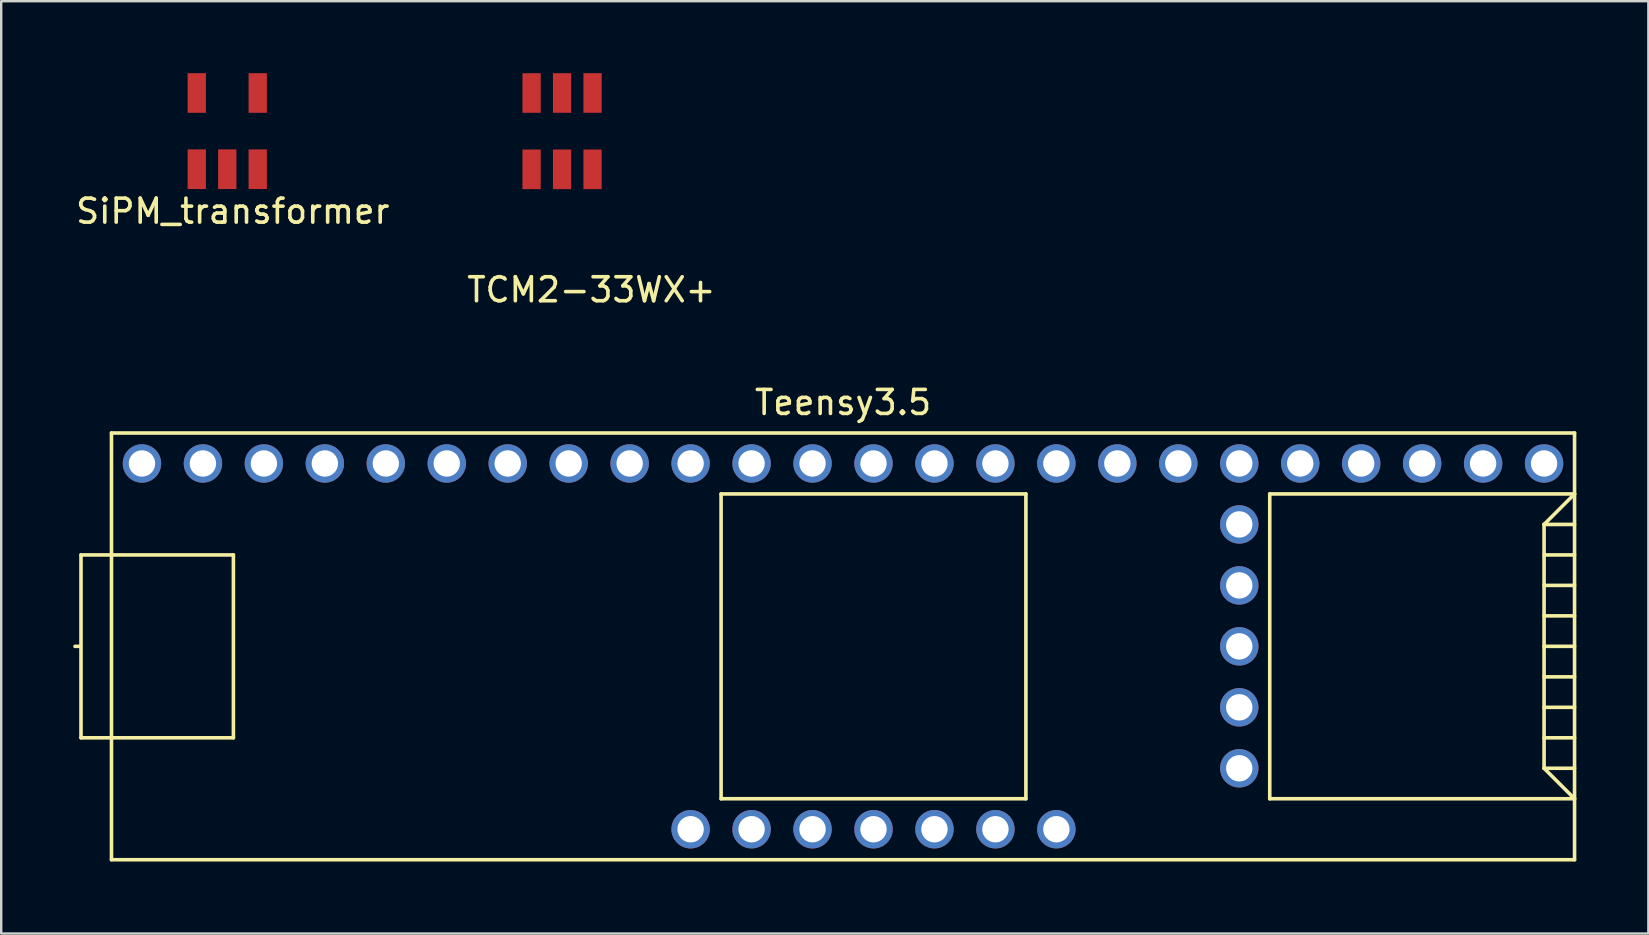
<source format=kicad_pcb>
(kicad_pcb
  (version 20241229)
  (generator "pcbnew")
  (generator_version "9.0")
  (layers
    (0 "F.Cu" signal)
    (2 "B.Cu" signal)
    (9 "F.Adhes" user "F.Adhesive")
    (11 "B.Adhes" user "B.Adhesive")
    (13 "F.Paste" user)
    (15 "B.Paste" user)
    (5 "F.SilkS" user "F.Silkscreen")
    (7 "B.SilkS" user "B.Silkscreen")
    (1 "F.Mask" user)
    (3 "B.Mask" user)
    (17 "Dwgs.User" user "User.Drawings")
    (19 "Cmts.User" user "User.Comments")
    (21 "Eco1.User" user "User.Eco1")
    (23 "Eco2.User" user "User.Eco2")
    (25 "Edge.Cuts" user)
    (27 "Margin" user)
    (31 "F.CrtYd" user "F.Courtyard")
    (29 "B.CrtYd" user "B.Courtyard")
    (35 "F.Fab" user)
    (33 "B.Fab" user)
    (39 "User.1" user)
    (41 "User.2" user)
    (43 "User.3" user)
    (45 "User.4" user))
  (footprint "TCM2-33WX+"
    (layer "F.Cu")
    (at 21.639 0.975)
    (property "Reference" "TCM2-33WX+" (at -0.05 8.05 0) (layer "F.SilkS") (effects (font (size 1 1) (thickness 0.15))))
    (attr through_hole)
    (pad "1" smd rect (at 0 -0.15) (size 0.76 1.65) (layers "F.Cu" "F.Mask" "F.Paste"))
    (pad "2" smd rect (at -1.27 -0.15) (size 0.76 1.65) (layers "F.Cu" "F.Mask" "F.Paste"))
    (pad "3" smd rect (at -2.54 -0.15) (size 0.76 1.65) (layers "F.Cu" "F.Mask" "F.Paste"))
    (pad "4" smd rect (at -2.54 3.03) (size 0.76 1.65) (layers "F.Cu" "F.Mask" "F.Paste"))
    (pad "5" smd rect (at -1.27 3.03) (size 0.76 1.65) (layers "F.Cu" "F.Mask" "F.Paste"))
    (pad "6" smd rect (at 0 3.03) (size 0.76 1.65) (layers "F.Cu" "F.Mask" "F.Paste")))
  (footprint "Teensy3.5"
    (layer "F.Cu")
    (at 32.075 23.881)
    (property "Reference" "Teensy3.5" (at 0 -10.16 0) (layer "F.SilkS") (effects (font (size 1 1) (thickness 0.15))))
    (attr through_hole)
    (fp_line (start -31.8 0) (end -32 0) (stroke (width 0.15) (type solid)) (layer "F.SilkS"))
    (fp_line (start -31.75 -3.81) (end -30.48 -3.81) (stroke (width 0.15) (type solid)) (layer "F.SilkS"))
    (fp_line (start -31.75 3.81) (end -31.75 -3.81) (stroke (width 0.15) (type solid)) (layer "F.SilkS"))
    (fp_line (start -30.48 3.81) (end -31.75 3.81) (stroke (width 0.15) (type solid)) (layer "F.SilkS"))
    (fp_line (start -30.48 8.89) (end -30.48 -8.89) (stroke (width 0.15) (type solid)) (layer "F.SilkS"))
    (fp_line (start -30.48 8.89) (end 30.48 8.89) (stroke (width 0.15) (type solid)) (layer "F.SilkS"))
    (fp_line (start -25.4 -3.81) (end -30.48 -3.81) (stroke (width 0.15) (type solid)) (layer "F.SilkS"))
    (fp_line (start -25.4 3.81) (end -30.48 3.81) (stroke (width 0.15) (type solid)) (layer "F.SilkS"))
    (fp_line (start -25.4 3.81) (end -25.4 -3.81) (stroke (width 0.15) (type solid)) (layer "F.SilkS"))
    (fp_line (start -5.08 -6.35) (end -5.08 6.35) (stroke (width 0.15) (type solid)) (layer "F.SilkS"))
    (fp_line (start -5.08 -6.35) (end 7.62 -6.35) (stroke (width 0.15) (type solid)) (layer "F.SilkS"))
    (fp_line (start -5.08 6.35) (end 7.62 6.35) (stroke (width 0.15) (type solid)) (layer "F.SilkS"))
    (fp_line (start 7.62 6.35) (end 7.62 -6.35) (stroke (width 0.15) (type solid)) (layer "F.SilkS"))
    (fp_line (start 17.78 -6.35) (end 17.78 6.35) (stroke (width 0.15) (type solid)) (layer "F.SilkS"))
    (fp_line (start 17.78 6.35) (end 30.48 6.35) (stroke (width 0.15) (type solid)) (layer "F.SilkS"))
    (fp_line (start 29.21 -5.08) (end 30.48 -6.35) (stroke (width 0.15) (type solid)) (layer "F.SilkS"))
    (fp_line (start 29.21 -5.08) (end 30.48 -5.08) (stroke (width 0.15) (type solid)) (layer "F.SilkS"))
    (fp_line (start 29.21 -3.81) (end 30.48 -3.81) (stroke (width 0.15) (type solid)) (layer "F.SilkS"))
    (fp_line (start 29.21 -2.54) (end 30.48 -2.54) (stroke (width 0.15) (type solid)) (layer "F.SilkS"))
    (fp_line (start 29.21 -1.27) (end 30.48 -1.27) (stroke (width 0.15) (type solid)) (layer "F.SilkS"))
    (fp_line (start 29.21 0) (end 30.48 0) (stroke (width 0.15) (type solid)) (layer "F.SilkS"))
    (fp_line (start 29.21 1.27) (end 30.48 1.27) (stroke (width 0.15) (type solid)) (layer "F.SilkS"))
    (fp_line (start 29.21 2.54) (end 30.48 2.54) (stroke (width 0.15) (type solid)) (layer "F.SilkS"))
    (fp_line (start 29.21 3.81) (end 30.48 3.81) (stroke (width 0.15) (type solid)) (layer "F.SilkS"))
    (fp_line (start 29.21 5.08) (end 29.21 -5.08) (stroke (width 0.15) (type solid)) (layer "F.SilkS"))
    (fp_line (start 29.21 5.08) (end 30.48 5.08) (stroke (width 0.15) (type solid)) (layer "F.SilkS"))
    (fp_line (start 30.48 -8.89) (end -30.48 -8.89) (stroke (width 0.15) (type solid)) (layer "F.SilkS"))
    (fp_line (start 30.48 -8.89) (end 30.48 8.89) (stroke (width 0.15) (type solid)) (layer "F.SilkS"))
    (fp_line (start 30.48 -6.35) (end 17.78 -6.35) (stroke (width 0.15) (type solid)) (layer "F.SilkS"))
    (fp_line (start 30.48 6.35) (end 29.21 5.08) (stroke (width 0.15) (type solid)) (layer "F.SilkS"))
    (pad "10" thru_hole circle (at -6.35 7.62) (size 1.6 1.6) (drill 1.1) (layers "*.Cu" "*.Mask"))
    (pad "11" thru_hole circle (at -3.81 7.62) (size 1.6 1.6) (drill 1.1) (layers "*.Cu" "*.Mask"))
    (pad "12" thru_hole circle (at -1.27 7.62) (size 1.6 1.6) (drill 1.1) (layers "*.Cu" "*.Mask"))
    (pad "13" thru_hole circle (at 1.27 7.62) (size 1.6 1.6) (drill 1.1) (layers "*.Cu" "*.Mask"))
    (pad "14" thru_hole circle (at 3.81 7.62) (size 1.6 1.6) (drill 1.1) (layers "*.Cu" "*.Mask"))
    (pad "15" thru_hole circle (at 6.35 7.62) (size 1.6 1.6) (drill 1.1) (layers "*.Cu" "*.Mask"))
    (pad "16" thru_hole circle (at 8.89 7.62) (size 1.6 1.6) (drill 1.1) (layers "*.Cu" "*.Mask"))
    (pad "25" thru_hole circle (at -29.21 -7.62) (size 1.6 1.6) (drill 1.1) (layers "*.Cu" "*.Mask"))
    (pad "26" thru_hole circle (at -26.67 -7.62) (size 1.6 1.6) (drill 1.1) (layers "*.Cu" "*.Mask"))
    (pad "27" thru_hole circle (at -24.13 -7.62) (size 1.6 1.6) (drill 1.1) (layers "*.Cu" "*.Mask"))
    (pad "28" thru_hole circle (at -21.59 -7.62) (size 1.6 1.6) (drill 1.1) (layers "*.Cu" "*.Mask"))
    (pad "29" thru_hole circle (at -19.05 -7.62) (size 1.6 1.6) (drill 1.1) (layers "*.Cu" "*.Mask"))
    (pad "30" thru_hole circle (at -16.51 -7.62) (size 1.6 1.6) (drill 1.1) (layers "*.Cu" "*.Mask"))
    (pad "31" thru_hole circle (at -13.97 -7.62) (size 1.6 1.6) (drill 1.1) (layers "*.Cu" "*.Mask"))
    (pad "32" thru_hole circle (at -11.43 -7.62) (size 1.6 1.6) (drill 1.1) (layers "*.Cu" "*.Mask"))
    (pad "33" thru_hole circle (at -8.89 -7.62) (size 1.6 1.6) (drill 1.1) (layers "*.Cu" "*.Mask"))
    (pad "34" thru_hole circle (at -6.35 -7.62) (size 1.6 1.6) (drill 1.1) (layers "*.Cu" "*.Mask"))
    (pad "35" thru_hole circle (at -3.81 -7.62) (size 1.6 1.6) (drill 1.1) (layers "*.Cu" "*.Mask"))
    (pad "36" thru_hole circle (at -1.27 -7.62) (size 1.6 1.6) (drill 1.1) (layers "*.Cu" "*.Mask"))
    (pad "37" thru_hole circle (at 1.27 -7.62) (size 1.6 1.6) (drill 1.1) (layers "*.Cu" "*.Mask"))
    (pad "38" thru_hole circle (at 3.81 -7.62) (size 1.6 1.6) (drill 1.1) (layers "*.Cu" "*.Mask"))
    (pad "39" thru_hole circle (at 6.35 -7.62) (size 1.6 1.6) (drill 1.1) (layers "*.Cu" "*.Mask"))
    (pad "40" thru_hole circle (at 8.89 -7.62) (size 1.6 1.6) (drill 1.1) (layers "*.Cu" "*.Mask"))
    (pad "41" thru_hole circle (at 11.43 -7.62) (size 1.6 1.6) (drill 1.1) (layers "*.Cu" "*.Mask"))
    (pad "42" thru_hole circle (at 13.97 -7.62) (size 1.6 1.6) (drill 1.1) (layers "*.Cu" "*.Mask"))
    (pad "43" thru_hole circle (at 16.51 -7.62) (size 1.6 1.6) (drill 1.1) (layers "*.Cu" "*.Mask"))
    (pad "44" thru_hole circle (at 19.05 -7.62) (size 1.6 1.6) (drill 1.1) (layers "*.Cu" "*.Mask"))
    (pad "45" thru_hole circle (at 21.59 -7.62) (size 1.6 1.6) (drill 1.1) (layers "*.Cu" "*.Mask"))
    (pad "46" thru_hole circle (at 24.13 -7.62) (size 1.6 1.6) (drill 1.1) (layers "*.Cu" "*.Mask"))
    (pad "47" thru_hole circle (at 26.67 -7.62) (size 1.6 1.6) (drill 1.1) (layers "*.Cu" "*.Mask"))
    (pad "48" thru_hole circle (at 29.21 -7.62) (size 1.6 1.6) (drill 1.1) (layers "*.Cu" "*.Mask"))
    (pad "49" thru_hole circle (at 16.51 -5.08) (size 1.6 1.6) (drill 1.1) (layers "*.Cu" "*.Mask"))
    (pad "50" thru_hole circle (at 16.51 -2.54) (size 1.6 1.6) (drill 1.1) (layers "*.Cu" "*.Mask"))
    (pad "51" thru_hole circle (at 16.51 0) (size 1.6 1.6) (drill 1.1) (layers "*.Cu" "*.Mask"))
    (pad "52" thru_hole circle (at 16.51 2.54) (size 1.6 1.6) (drill 1.1) (layers "*.Cu" "*.Mask"))
    (pad "53" thru_hole circle (at 16.51 5.08) (size 1.6 1.6) (drill 1.1) (layers "*.Cu" "*.Mask")))
  (footprint "SiPM_transformer"
    (layer "F.Cu")
    (at 5.149 4)
    (property "Reference" "SiPM_transformer" (at 1.5 1.75 0) (layer "F.SilkS") (effects (font (size 1 1) (thickness 0.15))))
    (attr through_hole)
    (pad "1" smd rect (at 0 0) (size 0.762 1.651) (layers "F.Cu" "F.Mask" "F.Paste"))
    (pad "2" smd rect (at 1.27 0) (size 0.762 1.651) (layers "F.Cu" "F.Mask" "F.Paste"))
    (pad "3" smd rect (at 2.54 0) (size 0.762 1.651) (layers "F.Cu" "F.Mask" "F.Paste"))
    (pad "4" smd rect (at 0 -3.175) (size 0.762 1.651) (layers "F.Cu" "F.Mask" "F.Paste"))
    (pad "5" smd rect (at 2.54 -3.175) (size 0.762 1.651) (layers "F.Cu" "F.Mask" "F.Paste")))
  (gr_rect
    (start -3 -3)
    (end 65.63 35.846)
    (stroke (width 0.1) (type default))
    (fill no)
    (layer "Edge.Cuts")))
</source>
